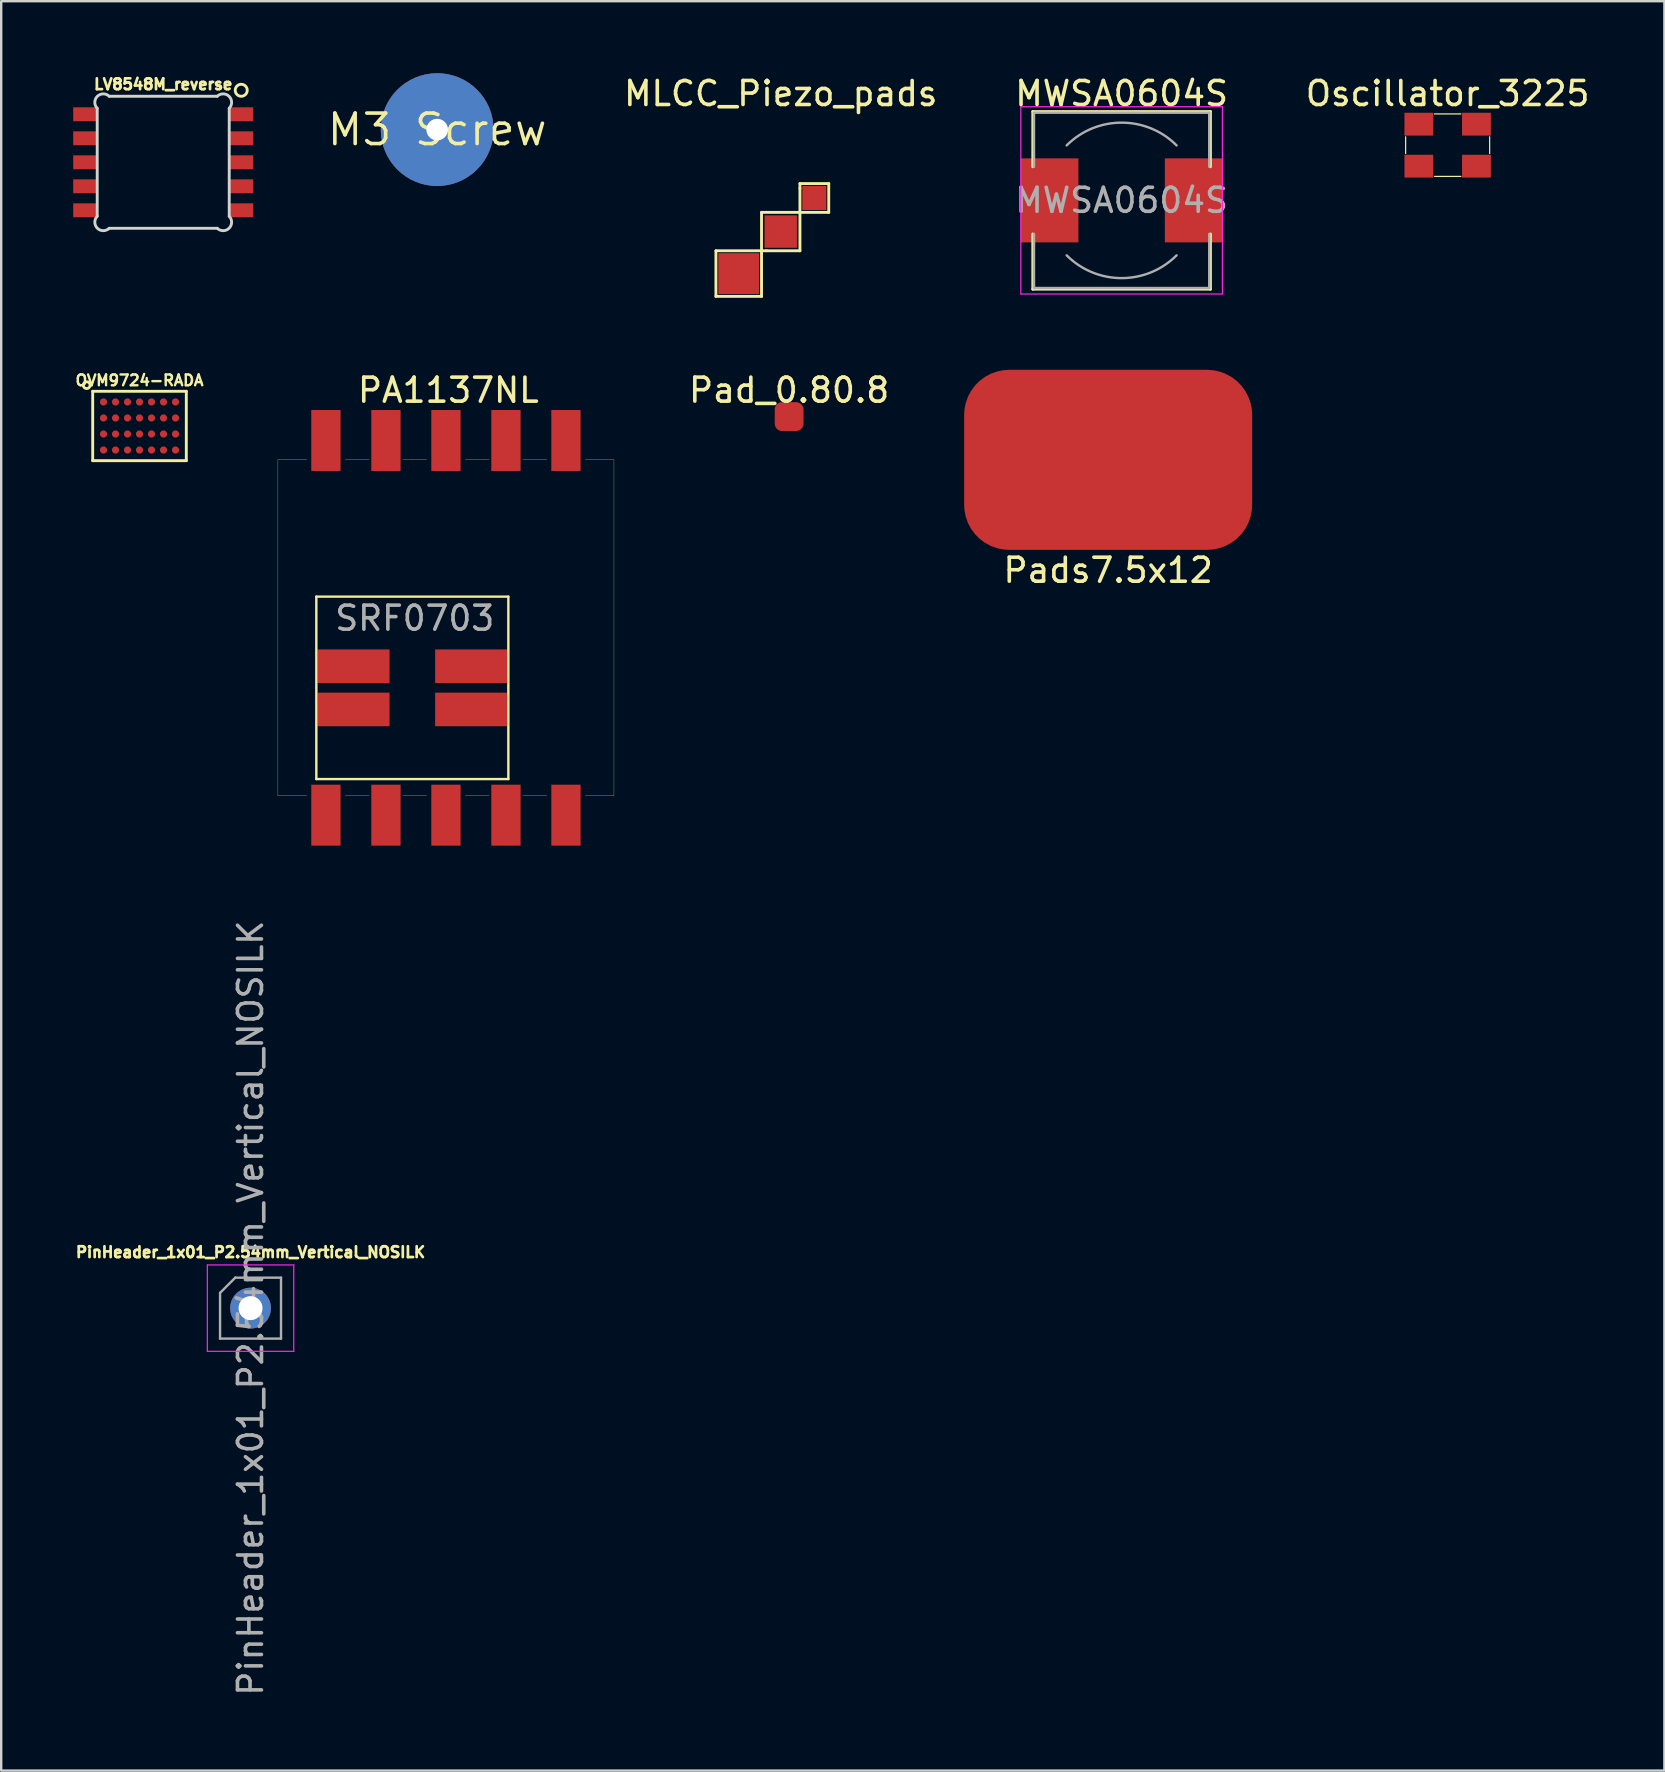
<source format=kicad_pcb>
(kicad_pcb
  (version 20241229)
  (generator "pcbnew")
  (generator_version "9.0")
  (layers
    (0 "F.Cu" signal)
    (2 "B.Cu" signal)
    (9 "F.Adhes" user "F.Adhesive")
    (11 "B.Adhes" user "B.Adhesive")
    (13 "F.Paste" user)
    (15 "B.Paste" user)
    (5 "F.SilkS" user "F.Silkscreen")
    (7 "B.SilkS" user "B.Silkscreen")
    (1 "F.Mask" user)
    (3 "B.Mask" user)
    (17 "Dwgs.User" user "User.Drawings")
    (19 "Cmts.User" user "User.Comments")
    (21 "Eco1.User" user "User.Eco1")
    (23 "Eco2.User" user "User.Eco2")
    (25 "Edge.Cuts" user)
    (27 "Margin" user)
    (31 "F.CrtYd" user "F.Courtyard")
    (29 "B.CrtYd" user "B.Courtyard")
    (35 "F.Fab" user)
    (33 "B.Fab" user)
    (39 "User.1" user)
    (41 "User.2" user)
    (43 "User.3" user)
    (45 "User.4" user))
  (footprint "Oscillator_3225"
    (layer "F.Cu")
    (at 57.262 2.998)
    (property "Reference" "Oscillator_3225" (at 0 -2.15 0) (layer "F.SilkS") (effects (font (size 1 1) (thickness 0.15))))
    (attr through_hole)
    (fp_line (start -1.75 -0.35) (end -1.75 0.35) (stroke (width 0.05) (type solid)) (layer "F.SilkS"))
    (fp_line (start -0.55 1.3) (end 0.55 1.3) (stroke (width 0.05) (type solid)) (layer "F.SilkS"))
    (fp_line (start 0.55 -1.3) (end -0.55 -1.3) (stroke (width 0.05) (type solid)) (layer "F.SilkS"))
    (fp_line (start 1.75 0.35) (end 1.75 -0.35) (stroke (width 0.05) (type solid)) (layer "F.SilkS"))
    (pad "1" smd rect (at -1.2 0.875) (size 1.2 0.95) (layers "F.Cu" "F.Mask" "F.Paste"))
    (pad "2" smd rect (at 1.2 0.875) (size 1.2 0.95) (layers "F.Cu" "F.Mask" "F.Paste"))
    (pad "3" smd rect (at 1.2 -0.875) (size 1.2 0.95) (layers "F.Cu" "F.Mask" "F.Paste"))
    (pad "4" smd rect (at -1.2 -0.875) (size 1.2 0.95) (layers "F.Cu" "F.Mask" "F.Paste")))
  (footprint "MLCC_Piezo_pads"
    (layer "F.Cu")
    (at 29.477 6.598)
    (property "Reference" "MLCC_Piezo_pads" (at 0 -5.75 0) (layer "F.SilkS") (effects (font (size 1 1) (thickness 0.15))))
    (attr through_hole)
    (fp_line (start -2.7 0.8) (end -2.7 2.7) (stroke (width 0.12) (type solid)) (layer "F.SilkS"))
    (fp_line (start -2.7 2.7) (end -0.8 2.7) (stroke (width 0.12) (type solid)) (layer "F.SilkS"))
    (fp_line (start -0.8 -0.8) (end 2 -0.8) (stroke (width 0.12) (type solid)) (layer "F.SilkS"))
    (fp_line (start -0.8 2.7) (end -0.8 -0.8) (stroke (width 0.12) (type solid)) (layer "F.SilkS"))
    (fp_line (start -0.6 0.8) (end -2.7 0.8) (stroke (width 0.12) (type solid)) (layer "F.SilkS"))
    (fp_line (start -0.6 0.8) (end 0.8 0.8) (stroke (width 0.12) (type solid)) (layer "F.SilkS"))
    (fp_line (start 0.8 -2) (end 0.8 -1.8) (stroke (width 0.12) (type solid)) (layer "F.SilkS"))
    (fp_line (start 0.8 0.8) (end 0.8 -1.8) (stroke (width 0.12) (type solid)) (layer "F.SilkS"))
    (fp_line (start 2 -2) (end 0.8 -2) (stroke (width 0.12) (type solid)) (layer "F.SilkS"))
    (fp_line (start 2 -0.8) (end 2 -2) (stroke (width 0.12) (type solid)) (layer "F.SilkS"))
    (pad "1" smd rect (at -1.75 1.75) (size 1.7 1.7) (layers "F.Cu" "F.Mask" "F.Paste"))
    (pad "1" smd rect (at 0 0) (size 1.35 1.35) (layers "F.Cu" "F.Mask" "F.Paste"))
    (pad "1" smd rect (at 1.4 -1.4) (size 1 1) (layers "F.Cu" "F.Mask" "F.Paste")))
  (footprint "MWSA0604S"
    (layer "F.Cu")
    (at 43.679 5.298)
    (property "Reference" "MWSA0604S" (at 0 -4.45 0) (layer "F.SilkS") (effects (font (size 1 1) (thickness 0.15))))
    (attr smd)
    (fp_line (start -3.7 -3.7) (end 3.7 -3.7) (stroke (width 0.12) (type solid)) (layer "F.SilkS"))
    (fp_line (start -3.7 -1.4) (end -3.7 -3.7) (stroke (width 0.12) (type solid)) (layer "F.SilkS"))
    (fp_line (start -3.7 3.7) (end -3.7 1.4) (stroke (width 0.12) (type solid)) (layer "F.SilkS"))
    (fp_line (start 3.7 -3.7) (end 3.7 -1.4) (stroke (width 0.12) (type solid)) (layer "F.SilkS"))
    (fp_line (start 3.7 1.4) (end 3.7 3.7) (stroke (width 0.12) (type solid)) (layer "F.SilkS"))
    (fp_line (start 3.7 3.7) (end -3.7 3.7) (stroke (width 0.12) (type solid)) (layer "F.SilkS"))
    (fp_line (start -4.2 -3.9) (end -4.2 3.9) (stroke (width 0.05) (type solid)) (layer "F.CrtYd"))
    (fp_line (start -4.2 3.9) (end 4.2 3.9) (stroke (width 0.05) (type solid)) (layer "F.CrtYd"))
    (fp_line (start 4.2 -3.9) (end -4.2 -3.9) (stroke (width 0.05) (type solid)) (layer "F.CrtYd"))
    (fp_line (start 4.2 3.9) (end 4.2 -3.9) (stroke (width 0.05) (type solid)) (layer "F.CrtYd"))
    (fp_line (start -3.65 -3.65) (end -3.65 -1.4) (stroke (width 0.1) (type solid)) (layer "F.Fab"))
    (fp_line (start -3.65 -3.65) (end 3.65 -3.65) (stroke (width 0.1) (type solid)) (layer "F.Fab"))
    (fp_line (start -3.65 3.65) (end -3.65 1.4) (stroke (width 0.1) (type solid)) (layer "F.Fab"))
    (fp_line (start 3.65 -3.65) (end 3.65 -1.4) (stroke (width 0.1) (type solid)) (layer "F.Fab"))
    (fp_line (start 3.65 3.65) (end -3.65 3.65) (stroke (width 0.1) (type solid)) (layer "F.Fab"))
    (fp_line (start 3.65 3.65) (end 3.65 1.4) (stroke (width 0.1) (type solid)) (layer "F.Fab"))
    (fp_arc (start -2.29 -2.29) (mid 0 -3.238549) (end 2.29 -2.29) (stroke (width 0.1) (type solid)) (layer "F.Fab"))
    (fp_arc (start 2.29 2.29) (mid 0 3.238549) (end -2.29 2.29) (stroke (width 0.1) (type solid)) (layer "F.Fab"))
    (fp_text user "${REFERENCE}" (at 0 0 0) (layer "F.Fab") (effects (font (size 1 1) (thickness 0.15))))
    (pad "1" smd rect (at -3 0) (size 2.4 3.5) (layers "F.Cu" "F.Mask" "F.Paste"))
    (pad "2" smd rect (at 3 0) (size 2.4 3.5) (layers "F.Cu" "F.Mask" "F.Paste")))
  (footprint "OVM9724-RADA"
    (layer "F.Cu")
    (at 2.762 14.697)
    (property "Reference" "OVM9724-RADA" (at 0 -1.9 0) (layer "F.SilkS") (effects (font (size 0.45 0.45) (thickness 0.1))))
    (attr through_hole)
    (fp_line (start -1.95 -1.445) (end 1.95 -1.445) (stroke (width 0.12) (type solid)) (layer "F.SilkS"))
    (fp_line (start -1.95 1.445) (end -1.95 -1.445) (stroke (width 0.12) (type solid)) (layer "F.SilkS"))
    (fp_line (start 1.95 1.445) (end -1.95 1.445) (stroke (width 0.12) (type solid)) (layer "F.SilkS"))
    (fp_line (start 1.95 1.445) (end 1.95 -1.445) (stroke (width 0.12) (type solid)) (layer "F.SilkS"))
    (fp_circle (center -2.2 -1.7) (end -2.1 -1.6) (stroke (width 0.12) (type solid)) (fill no) (layer "F.SilkS"))
    (pad "A1" smd circle (at -1.5 -1) (size 0.3 0.3) (layers "F.Cu" "F.Mask" "F.Paste"))
    (pad "A2" smd circle (at -1 -1) (size 0.3 0.3) (layers "F.Cu" "F.Mask" "F.Paste"))
    (pad "A3" smd circle (at -0.5 -1) (size 0.3 0.3) (layers "F.Cu" "F.Mask" "F.Paste"))
    (pad "A4" smd circle (at 0 -1) (size 0.3 0.3) (layers "F.Cu" "F.Mask" "F.Paste"))
    (pad "A5" smd circle (at 0.5 -1) (size 0.3 0.3) (layers "F.Cu" "F.Mask" "F.Paste"))
    (pad "A6" smd circle (at 1 -1) (size 0.3 0.3) (layers "F.Cu" "F.Mask" "F.Paste"))
    (pad "A7" smd circle (at 1.5 -1) (size 0.3 0.3) (layers "F.Cu" "F.Mask" "F.Paste"))
    (pad "B1" smd circle (at -1.5 -0.333) (size 0.3 0.3) (layers "F.Cu" "F.Mask" "F.Paste"))
    (pad "B2" smd circle (at -1 -0.333) (size 0.3 0.3) (layers "F.Cu" "F.Mask" "F.Paste"))
    (pad "B3" smd circle (at -0.5 -0.333) (size 0.3 0.3) (layers "F.Cu" "F.Mask" "F.Paste"))
    (pad "B4" smd circle (at 0 -0.333) (size 0.3 0.3) (layers "F.Cu" "F.Mask" "F.Paste"))
    (pad "B5" smd circle (at 0.5 -0.333) (size 0.3 0.3) (layers "F.Cu" "F.Mask" "F.Paste"))
    (pad "B6" smd circle (at 1 -0.333) (size 0.3 0.3) (layers "F.Cu" "F.Mask" "F.Paste"))
    (pad "B7" smd circle (at 1.5 -0.333) (size 0.3 0.3) (layers "F.Cu" "F.Mask" "F.Paste"))
    (pad "C1" smd circle (at -1.5 0.335) (size 0.3 0.3) (layers "F.Cu" "F.Mask" "F.Paste"))
    (pad "C2" smd circle (at -1 0.335) (size 0.3 0.3) (layers "F.Cu" "F.Mask" "F.Paste"))
    (pad "C3" smd circle (at -0.5 0.335) (size 0.3 0.3) (layers "F.Cu" "F.Mask" "F.Paste"))
    (pad "C4" smd circle (at 0 0.335) (size 0.3 0.3) (layers "F.Cu" "F.Mask" "F.Paste"))
    (pad "C5" smd circle (at 0.5 0.335) (size 0.3 0.3) (layers "F.Cu" "F.Mask" "F.Paste"))
    (pad "C6" smd circle (at 1 0.335) (size 0.3 0.3) (layers "F.Cu" "F.Mask" "F.Paste"))
    (pad "C7" smd circle (at 1.5 0.335) (size 0.3 0.3) (layers "F.Cu" "F.Mask" "F.Paste"))
    (pad "D1" smd circle (at -1.5 1.002) (size 0.3 0.3) (layers "F.Cu" "F.Mask" "F.Paste"))
    (pad "D2" smd circle (at -1 1.002) (size 0.3 0.3) (layers "F.Cu" "F.Mask" "F.Paste"))
    (pad "D3" smd circle (at -0.5 1.002) (size 0.3 0.3) (layers "F.Cu" "F.Mask" "F.Paste"))
    (pad "D4" smd circle (at 0 1.002) (size 0.3 0.3) (layers "F.Cu" "F.Mask" "F.Paste"))
    (pad "D5" smd circle (at 0.5 1.002) (size 0.3 0.3) (layers "F.Cu" "F.Mask" "F.Paste"))
    (pad "D6" smd circle (at 1 1.002) (size 0.3 0.3) (layers "F.Cu" "F.Mask" "F.Paste"))
    (pad "D7" smd circle (at 1.5 1.002) (size 0.3 0.3) (layers "F.Cu" "F.Mask" "F.Paste")))
  (footprint "PinHeader_1x01_P2.54mm_Vertical_NOSILK"
    (layer "F.Cu")
    (at 7.388 51.449)
    (property "Reference" "PinHeader_1x01_P2.54mm_Vertical_NOSILK" (at 0 -2.33 0) (layer "F.SilkS") (effects (font (size 0.45 0.45) (thickness 0.113))))
    (attr through_hole)
    (fp_line (start -1.8 -1.8) (end -1.8 1.8) (stroke (width 0.05) (type solid)) (layer "F.CrtYd"))
    (fp_line (start -1.8 1.8) (end 1.8 1.8) (stroke (width 0.05) (type solid)) (layer "F.CrtYd"))
    (fp_line (start 1.8 -1.8) (end -1.8 -1.8) (stroke (width 0.05) (type solid)) (layer "F.CrtYd"))
    (fp_line (start 1.8 1.8) (end 1.8 -1.8) (stroke (width 0.05) (type solid)) (layer "F.CrtYd"))
    (fp_line (start -1.27 -0.635) (end -0.635 -1.27) (stroke (width 0.1) (type solid)) (layer "F.Fab"))
    (fp_line (start -1.27 1.27) (end -1.27 -0.635) (stroke (width 0.1) (type solid)) (layer "F.Fab"))
    (fp_line (start -0.635 -1.27) (end 1.27 -1.27) (stroke (width 0.1) (type solid)) (layer "F.Fab"))
    (fp_line (start 1.27 -1.27) (end 1.27 1.27) (stroke (width 0.1) (type solid)) (layer "F.Fab"))
    (fp_line (start 1.27 1.27) (end -1.27 1.27) (stroke (width 0.1) (type solid)) (layer "F.Fab"))
    (fp_text user "${REFERENCE}" (at 0 0 90) (layer "F.Fab") (effects (font (size 1 1) (thickness 0.15))))
    (pad "1" thru_hole circle (at 0 0) (size 1.7 1.7) (drill 1) (layers "*.Cu" "*.Mask")))
  (footprint "Pad_0.80.8"
    (layer "F.Cu")
    (at 29.826 14.306)
    (property "Reference" "Pad_0.80.8" (at 0 -1.1 0) (layer "F.SilkS") (effects (font (size 1 1) (thickness 0.15))))
    (attr through_hole)
    (pad "1" smd roundrect (at 0 0) (size 1.2 1.2) (layers "F.Cu" "F.Mask" "F.Paste") (roundrect_rratio 0.25)))
  (footprint "PA1137NL"
    (layer "F.Cu")
    (at 15.529 23.107)
    (property "Reference" "PA1137NL" (at 0.1 -9.9 0) (layer "F.SilkS") (effects (font (size 1 1) (thickness 0.15))))
    (attr through_hole)
    (fp_line (start -7 -7) (end -7 7) (stroke (width 0.01) (type solid)) (layer "F.SilkS"))
    (fp_line (start -7 7) (end -5.8 7) (stroke (width 0.01) (type solid)) (layer "F.SilkS"))
    (fp_line (start -5.8 -7) (end -7 -7) (stroke (width 0.01) (type solid)) (layer "F.SilkS"))
    (fp_line (start -5.4 -1.3) (end -5.4 6.3) (stroke (width 0.1) (type solid)) (layer "F.SilkS"))
    (fp_line (start -5.4 -1.3) (end 2.6 -1.3) (stroke (width 0.1) (type solid)) (layer "F.SilkS"))
    (fp_line (start -4.2 -7) (end -3.2 -7) (stroke (width 0.01) (type solid)) (layer "F.SilkS"))
    (fp_line (start -4.2 7) (end -3.2 7) (stroke (width 0.01) (type solid)) (layer "F.SilkS"))
    (fp_line (start -1.8 7) (end -0.8 7) (stroke (width 0.01) (type solid)) (layer "F.SilkS"))
    (fp_line (start -0.8 -7) (end -1.8 -7) (stroke (width 0.01) (type solid)) (layer "F.SilkS"))
    (fp_line (start 0.8 7) (end 1.8 7) (stroke (width 0.01) (type solid)) (layer "F.SilkS"))
    (fp_line (start 1.8 -7) (end 0.8 -7) (stroke (width 0.01) (type solid)) (layer "F.SilkS"))
    (fp_line (start 2.6 -1.3) (end 2.6 6.3) (stroke (width 0.1) (type solid)) (layer "F.SilkS"))
    (fp_line (start 2.6 6.3) (end -5.4 6.3) (stroke (width 0.1) (type solid)) (layer "F.SilkS"))
    (fp_line (start 3.2 -7) (end 4.2 -7) (stroke (width 0.01) (type solid)) (layer "F.SilkS"))
    (fp_line (start 3.2 7) (end 4.2 7) (stroke (width 0.01) (type solid)) (layer "F.SilkS"))
    (fp_line (start 5.8 7) (end 7 7) (stroke (width 0.01) (type solid)) (layer "F.SilkS"))
    (fp_line (start 7 -7) (end 5.8 -7) (stroke (width 0.01) (type solid)) (layer "F.SilkS"))
    (fp_line (start 7 7) (end 7 -7) (stroke (width 0.01) (type solid)) (layer "F.SilkS"))
    (fp_text user "SRF0703" (at -1.3 -0.4 0) (layer "F.Fab") (effects (font (size 1 1) (thickness 0.15))))
    (pad "1" smd rect (at 5 7.805) (size 1.22 2.54) (layers "F.Cu" "F.Mask" "F.Paste"))
    (pad "2" smd rect (at 2.5 7.805) (size 1.22 2.54) (layers "F.Cu" "F.Mask" "F.Paste"))
    (pad "3" smd rect (at 0 7.805) (size 1.22 2.54) (layers "F.Cu" "F.Mask" "F.Paste"))
    (pad "3" smd rect (at 1.05 1.6 270) (size 1.4 3) (layers "F.Cu" "F.Mask" "F.Paste"))
    (pad "4" smd rect (at -3.85 3.4 270) (size 1.4 3) (layers "F.Cu" "F.Mask" "F.Paste"))
    (pad "4" smd rect (at -2.5 7.805) (size 1.22 2.54) (layers "F.Cu" "F.Mask" "F.Paste"))
    (pad "5" smd rect (at -5 7.805) (size 1.22 2.54) (layers "F.Cu" "F.Mask" "F.Paste"))
    (pad "6" smd rect (at -5 -7.805) (size 1.22 2.54) (layers "F.Cu" "F.Mask" "F.Paste"))
    (pad "7" smd rect (at -2.5 -7.805) (size 1.22 2.54) (layers "F.Cu" "F.Mask" "F.Paste"))
    (pad "8" smd rect (at 0 -7.805) (size 1.22 2.54) (layers "F.Cu" "F.Mask" "F.Paste"))
    (pad "8" smd rect (at 1.05 3.4 270) (size 1.4 3) (layers "F.Cu" "F.Mask" "F.Paste"))
    (pad "9" smd rect (at 2.5 -7.805) (size 1.22 2.54) (layers "F.Cu" "F.Mask" "F.Paste"))
    (pad "10" smd rect (at -3.85 1.6 270) (size 1.4 3) (layers "F.Cu" "F.Mask" "F.Paste"))
    (pad "10" smd rect (at 5 -7.805) (size 1.22 2.54) (layers "F.Cu" "F.Mask" "F.Paste")))
  (footprint "LV8548M_reverse"
    (layer "F.Cu")
    (at 3.75 3.711)
    (property "Reference" "LV8548M_reverse" (at 0 -3.25 0) (layer "F.SilkS") (effects (font (size 0.45 0.45) (thickness 0.113))))
    (attr through_hole)
    (fp_circle (center 3.25 -3) (end 3.25 -2.75) (stroke (width 0.12) (type solid)) (fill no) (layer "F.SilkS"))
    (fp_line (start -2.75 -2.25) (end -2.75 2.25) (stroke (width 0.12) (type solid)) (layer "Edge.Cuts"))
    (fp_line (start -2.25 -2.75) (end 2.25 -2.75) (stroke (width 0.12) (type solid)) (layer "Edge.Cuts"))
    (fp_line (start -2.25 2.75) (end 2.25 2.75) (stroke (width 0.12) (type solid)) (layer "Edge.Cuts"))
    (fp_line (start 2.75 -2.25) (end 2.75 2.25) (stroke (width 0.12) (type solid)) (layer "Edge.Cuts"))
    (fp_arc (start -2.75 -2.25) (mid -2.75 -2.75) (end -2.25 -2.75) (stroke (width 0.12) (type solid)) (layer "Edge.Cuts"))
    (fp_arc (start -2.25 2.75) (mid -2.75 2.75) (end -2.75 2.25) (stroke (width 0.12) (type solid)) (layer "Edge.Cuts"))
    (fp_arc (start 2.25 -2.75) (mid 2.75 -2.75) (end 2.75 -2.25) (stroke (width 0.12) (type solid)) (layer "Edge.Cuts"))
    (fp_arc (start 2.75 2.25) (mid 2.75 2.75) (end 2.25 2.75) (stroke (width 0.12) (type solid)) (layer "Edge.Cuts"))
    (pad "1" smd rect (at 3.25 -2) (size 1 0.58) (layers "F.Cu" "F.Mask" "F.Paste"))
    (pad "2" smd rect (at 3.25 -1) (size 1 0.58) (layers "F.Cu" "F.Mask" "F.Paste"))
    (pad "3" smd rect (at 3.25 0) (size 1 0.58) (layers "F.Cu" "F.Mask" "F.Paste"))
    (pad "4" smd rect (at 3.25 1) (size 1 0.58) (layers "F.Cu" "F.Mask" "F.Paste"))
    (pad "5" smd rect (at 3.25 2) (size 1 0.58) (layers "F.Cu" "F.Mask" "F.Paste"))
    (pad "6" smd rect (at -3.25 2) (size 1 0.58) (layers "F.Cu" "F.Mask" "F.Paste"))
    (pad "7" smd rect (at -3.25 1) (size 1 0.58) (layers "F.Cu" "F.Mask" "F.Paste"))
    (pad "8" smd rect (at -3.25 0) (size 1 0.58) (layers "F.Cu" "F.Mask" "F.Paste"))
    (pad "9" smd rect (at -3.25 -1) (size 1 0.58) (layers "F.Cu" "F.Mask" "F.Paste"))
    (pad "10" smd rect (at -3.25 -2) (size 1 0.58) (layers "F.Cu" "F.Mask" "F.Paste")))
  (footprint "M3 Screw"
    (layer "F.Cu")
    (at 15.164 2.35)
    (property "Reference" "M3 Screw" (at 0 0 0) (layer "F.SilkS") (effects (font (size 1.27 1.27) (thickness 0.15))))
    (attr through_hole)
    (pad "1" thru_hole circle (at 0 0) (size 4.7 4.7) (drill 0.9) (layers "F.Cu" "F.Mask" "F.Paste")))
  (footprint "Pads7.5x12"
    (layer "F.Cu")
    (at 43.118 16.108)
    (property "Reference" "Pads7.5x12" (at 0 4.6 0) (layer "F.SilkS") (effects (font (size 1 1) (thickness 0.15))))
    (attr through_hole)
    (pad "1" smd roundrect (at 0 0) (size 12 7.5) (layers "F.Cu" "F.Mask" "F.Paste") (roundrect_rratio 0.25)))
  (gr_rect
    (start -3 -3)
    (end 66.292 70.717)
    (stroke (width 0.1) (type default))
    (fill no)
    (layer "Edge.Cuts")))
</source>
